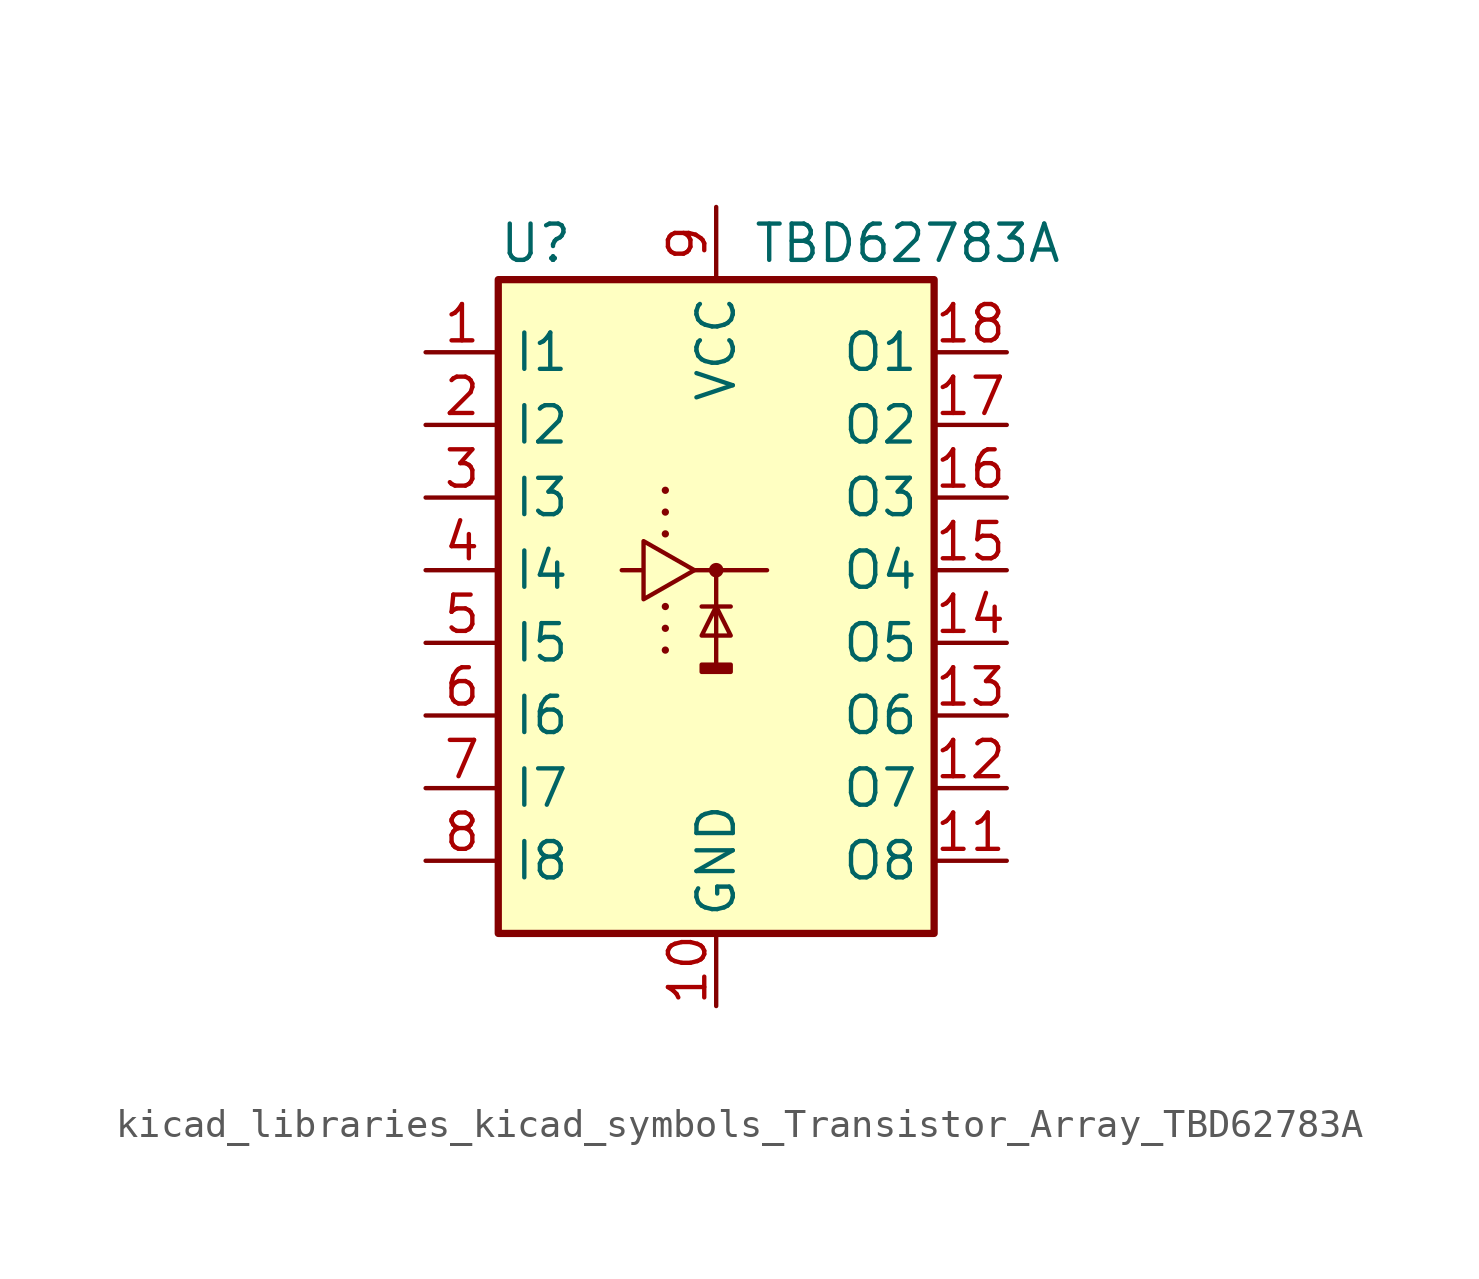
<source format=kicad_sym>
(kicad_symbol_lib
  (version 20220914)
  (generator kicad_symbol_editor)
  (symbol "kicad_libraries_kicad_symbols_Transistor_Array_TBD62783A"
    (property "Reference" "U"
      (at -7.62 11.43 0)
      (effects (font (size 1.27 1.27)) (justify left)))
    (property "Value" "TBD62783A"
      (at 1.27 11.43 0)
      (effects (font (size 1.27 1.27)) (justify left)))
    (symbol "kicad_libraries_kicad_symbols_Transistor_Array_TBD62783A_0_1"
      (rectangle (start -7.62 10.16) (end 7.62 -12.7) (stroke (width 0.254) (type default)) (fill (type background)))
      (rectangle (start -0.508 -3.302) (end 0.508 -3.556) (stroke (width 0) (type default)) (fill (type outline)))
      (polyline (pts (xy -1.778 -2.794) (xy -1.778 -2.794)) (stroke (width 0.254) (type default)) (fill (type none)))
      (polyline (pts (xy -1.778 -2.032) (xy -1.778 -2.032)) (stroke (width 0.254) (type default)) (fill (type none)))
      (polyline (pts (xy -1.778 -1.27) (xy -1.778 -1.27)) (stroke (width 0.254) (type default)) (fill (type none)))
      (polyline (pts (xy -1.778 1.27) (xy -1.778 1.27)) (stroke (width 0.254) (type default)) (fill (type none)))
      (polyline (pts (xy -1.778 2.032) (xy -1.778 2.032)) (stroke (width 0.254) (type default)) (fill (type none)))
      (polyline (pts (xy -1.778 2.794) (xy -1.778 2.794)) (stroke (width 0.254) (type default)) (fill (type none)))
      (polyline (pts (xy -0.762 0) (xy 1.778 0)) (stroke (width 0) (type default)) (fill (type none)))
      (polyline (pts (xy -0.508 -1.27) (xy 0.508 -1.27)) (stroke (width 0) (type default)) (fill (type none)))
      (polyline (pts (xy 0 0) (xy 0 -3.302)) (stroke (width 0) (type default)) (fill (type none)))
      (polyline (pts (xy 0 0) (xy 0 0)) (stroke (width 0.508) (type default)) (fill (type none)))
      (polyline (pts (xy 0 -1.27) (xy -0.508 -2.286) (xy 0.508 -2.286) (xy 0 -1.27)) (stroke (width 0) (type default)) (fill (type none)))
      (polyline (pts (xy -3.302 0) (xy -2.54 0) (xy -2.54 1.016) (xy -0.762 0) (xy -2.54 -1.016) (xy -2.54 0)) (stroke (width 0) (type default)) (fill (type none))))
    (symbol "kicad_libraries_kicad_symbols_Transistor_Array_TBD62783A_1_1"
      (pin input line (at -10.16 7.62 0) (length 2.54) (name "I1" (effects (font (size 1.27 1.27)))) (number "1" (effects (font (size 1.27 1.27)))))
      (pin power_in line (at 0 -15.24 90) (length 2.54) (name "GND" (effects (font (size 1.27 1.27)))) (number "10" (effects (font (size 1.27 1.27)))))
      (pin open_emitter line (at 10.16 -10.16 180) (length 2.54) (name "O8" (effects (font (size 1.27 1.27)))) (number "11" (effects (font (size 1.27 1.27)))))
      (pin open_emitter line (at 10.16 -7.62 180) (length 2.54) (name "O7" (effects (font (size 1.27 1.27)))) (number "12" (effects (font (size 1.27 1.27)))))
      (pin open_emitter line (at 10.16 -5.08 180) (length 2.54) (name "O6" (effects (font (size 1.27 1.27)))) (number "13" (effects (font (size 1.27 1.27)))))
      (pin open_emitter line (at 10.16 -2.54 180) (length 2.54) (name "O5" (effects (font (size 1.27 1.27)))) (number "14" (effects (font (size 1.27 1.27)))))
      (pin open_emitter line (at 10.16 0 180) (length 2.54) (name "O4" (effects (font (size 1.27 1.27)))) (number "15" (effects (font (size 1.27 1.27)))))
      (pin open_emitter line (at 10.16 2.54 180) (length 2.54) (name "O3" (effects (font (size 1.27 1.27)))) (number "16" (effects (font (size 1.27 1.27)))))
      (pin open_emitter line (at 10.16 5.08 180) (length 2.54) (name "O2" (effects (font (size 1.27 1.27)))) (number "17" (effects (font (size 1.27 1.27)))))
      (pin open_emitter line (at 10.16 7.62 180) (length 2.54) (name "O1" (effects (font (size 1.27 1.27)))) (number "18" (effects (font (size 1.27 1.27)))))
      (pin input line (at -10.16 5.08 0) (length 2.54) (name "I2" (effects (font (size 1.27 1.27)))) (number "2" (effects (font (size 1.27 1.27)))))
      (pin input line (at -10.16 2.54 0) (length 2.54) (name "I3" (effects (font (size 1.27 1.27)))) (number "3" (effects (font (size 1.27 1.27)))))
      (pin input line (at -10.16 0 0) (length 2.54) (name "I4" (effects (font (size 1.27 1.27)))) (number "4" (effects (font (size 1.27 1.27)))))
      (pin input line (at -10.16 -2.54 0) (length 2.54) (name "I5" (effects (font (size 1.27 1.27)))) (number "5" (effects (font (size 1.27 1.27)))))
      (pin input line (at -10.16 -5.08 0) (length 2.54) (name "I6" (effects (font (size 1.27 1.27)))) (number "6" (effects (font (size 1.27 1.27)))))
      (pin input line (at -10.16 -7.62 0) (length 2.54) (name "I7" (effects (font (size 1.27 1.27)))) (number "7" (effects (font (size 1.27 1.27)))))
      (pin input line (at -10.16 -10.16 0) (length 2.54) (name "I8" (effects (font (size 1.27 1.27)))) (number "8" (effects (font (size 1.27 1.27)))))
      (pin power_in line (at 0 12.7 270) (length 2.54) (name "VCC" (effects (font (size 1.27 1.27)))) (number "9" (effects (font (size 1.27 1.27))))))))
</source>
